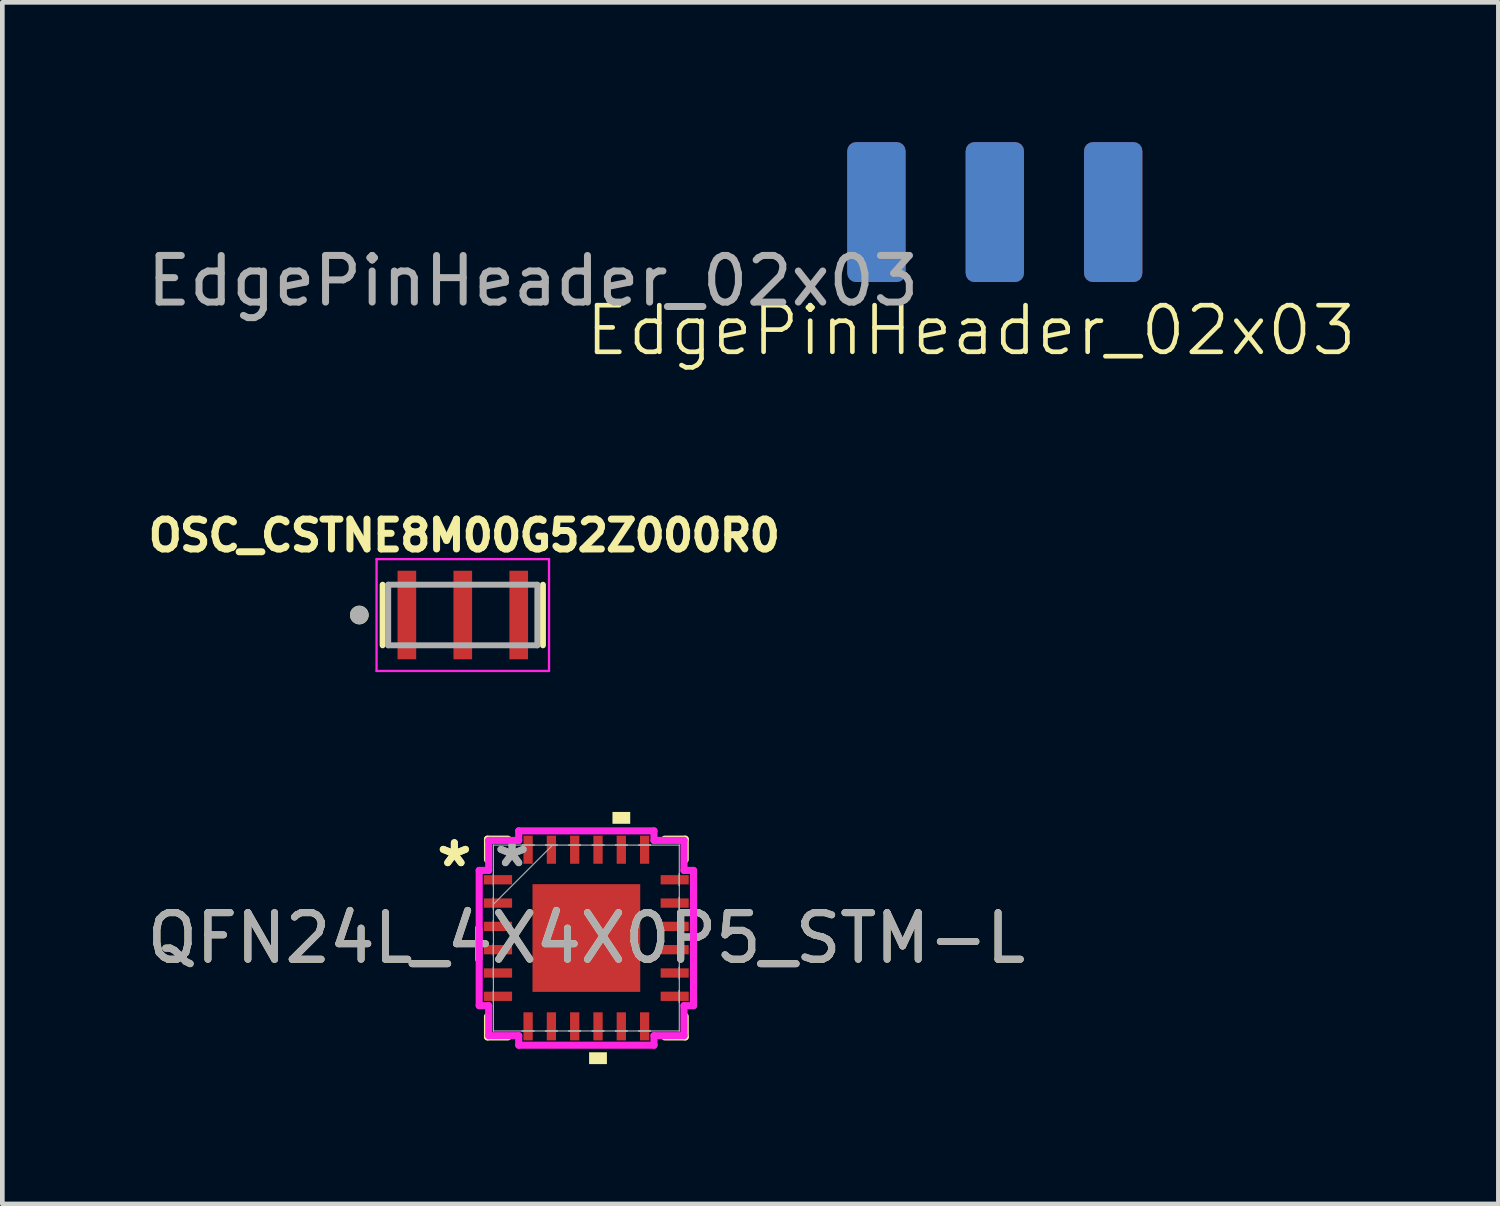
<source format=kicad_pcb>
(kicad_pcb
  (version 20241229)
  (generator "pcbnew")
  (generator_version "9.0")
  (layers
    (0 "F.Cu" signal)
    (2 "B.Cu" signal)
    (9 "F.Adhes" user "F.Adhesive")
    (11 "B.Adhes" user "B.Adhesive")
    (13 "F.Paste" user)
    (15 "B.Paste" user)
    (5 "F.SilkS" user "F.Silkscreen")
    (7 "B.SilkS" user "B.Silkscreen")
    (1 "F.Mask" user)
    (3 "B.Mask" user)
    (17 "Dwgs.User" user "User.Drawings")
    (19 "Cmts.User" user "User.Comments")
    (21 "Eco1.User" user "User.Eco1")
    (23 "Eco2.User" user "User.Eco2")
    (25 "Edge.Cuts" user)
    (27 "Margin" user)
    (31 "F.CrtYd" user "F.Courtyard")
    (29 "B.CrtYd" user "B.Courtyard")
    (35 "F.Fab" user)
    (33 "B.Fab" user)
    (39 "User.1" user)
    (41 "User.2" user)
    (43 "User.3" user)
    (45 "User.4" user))
  (footprint "QFN24L_4X4X0P5_STM-L"
    (layer "F.Cu")
    (at 9.53 17.075)
    (property "Reference" "QFN24L_4X4X0P5_STM-L" (at 0 0 0) (unlocked yes) (layer "F.SilkS") (effects (font (size 1 1) (thickness 0.15))))
    (attr smd)
    (fp_line (start -2.121 -2.121) (end -2.121 -1.682) (stroke (width 0.152) (type solid)) (layer "F.SilkS"))
    (fp_line (start -2.121 1.682) (end -2.121 2.121) (stroke (width 0.152) (type solid)) (layer "F.SilkS"))
    (fp_line (start -2.121 2.121) (end -1.682 2.121) (stroke (width 0.152) (type solid)) (layer "F.SilkS"))
    (fp_line (start -1.682 -2.121) (end -2.121 -2.121) (stroke (width 0.152) (type solid)) (layer "F.SilkS"))
    (fp_line (start 1.682 2.121) (end 2.121 2.121) (stroke (width 0.152) (type solid)) (layer "F.SilkS"))
    (fp_line (start 2.121 -2.121) (end 1.682 -2.121) (stroke (width 0.152) (type solid)) (layer "F.SilkS"))
    (fp_line (start 2.121 -1.682) (end 2.121 -2.121) (stroke (width 0.152) (type solid)) (layer "F.SilkS"))
    (fp_line (start 2.121 2.121) (end 2.121 1.682) (stroke (width 0.152) (type solid)) (layer "F.SilkS"))
    (fp_poly (pts (xy 0.059 2.451) (xy 0.059 2.705) (xy 0.441 2.705) (xy 0.441 2.451)) (stroke (width 0) (type solid)) (fill yes) (layer "F.SilkS"))
    (fp_poly (pts (xy 0.56 -2.451) (xy 0.56 -2.705) (xy 0.941 -2.705) (xy 0.941 -2.451)) (stroke (width 0) (type solid)) (fill yes) (layer "F.SilkS"))
    (fp_line (start -2.299 -1.451) (end -2.095 -1.451) (stroke (width 0.152) (type solid)) (layer "F.CrtYd"))
    (fp_line (start -2.299 1.451) (end -2.299 -1.451) (stroke (width 0.152) (type solid)) (layer "F.CrtYd"))
    (fp_line (start -2.095 -2.095) (end -1.451 -2.095) (stroke (width 0.152) (type solid)) (layer "F.CrtYd"))
    (fp_line (start -2.095 -1.451) (end -2.095 -2.095) (stroke (width 0.152) (type solid)) (layer "F.CrtYd"))
    (fp_line (start -2.095 1.451) (end -2.299 1.451) (stroke (width 0.152) (type solid)) (layer "F.CrtYd"))
    (fp_line (start -2.095 2.095) (end -2.095 1.451) (stroke (width 0.152) (type solid)) (layer "F.CrtYd"))
    (fp_line (start -1.451 -2.299) (end 1.451 -2.299) (stroke (width 0.152) (type solid)) (layer "F.CrtYd"))
    (fp_line (start -1.451 -2.095) (end -1.451 -2.299) (stroke (width 0.152) (type solid)) (layer "F.CrtYd"))
    (fp_line (start -1.451 2.095) (end -2.095 2.095) (stroke (width 0.152) (type solid)) (layer "F.CrtYd"))
    (fp_line (start -1.451 2.299) (end -1.451 2.095) (stroke (width 0.152) (type solid)) (layer "F.CrtYd"))
    (fp_line (start 1.451 -2.299) (end 1.451 -2.095) (stroke (width 0.152) (type solid)) (layer "F.CrtYd"))
    (fp_line (start 1.451 -2.095) (end 2.095 -2.095) (stroke (width 0.152) (type solid)) (layer "F.CrtYd"))
    (fp_line (start 1.451 2.095) (end 1.451 2.299) (stroke (width 0.152) (type solid)) (layer "F.CrtYd"))
    (fp_line (start 1.451 2.299) (end -1.451 2.299) (stroke (width 0.152) (type solid)) (layer "F.CrtYd"))
    (fp_line (start 2.095 -2.095) (end 2.095 -1.451) (stroke (width 0.152) (type solid)) (layer "F.CrtYd"))
    (fp_line (start 2.095 -1.451) (end 2.299 -1.451) (stroke (width 0.152) (type solid)) (layer "F.CrtYd"))
    (fp_line (start 2.095 1.451) (end 2.095 2.095) (stroke (width 0.152) (type solid)) (layer "F.CrtYd"))
    (fp_line (start 2.095 2.095) (end 1.451 2.095) (stroke (width 0.152) (type solid)) (layer "F.CrtYd"))
    (fp_line (start 2.299 -1.451) (end 2.299 1.451) (stroke (width 0.152) (type solid)) (layer "F.CrtYd"))
    (fp_line (start 2.299 1.451) (end 2.095 1.451) (stroke (width 0.152) (type solid)) (layer "F.CrtYd"))
    (fp_line (start -1.994 -1.994) (end -1.994 -1.994) (stroke (width 0.025) (type solid)) (layer "F.Fab"))
    (fp_line (start -1.994 -1.994) (end -1.994 1.994) (stroke (width 0.025) (type solid)) (layer "F.Fab"))
    (fp_line (start -1.994 -1.375) (end -1.994 -1.375) (stroke (width 0.025) (type solid)) (layer "F.Fab"))
    (fp_line (start -1.994 -1.375) (end -1.994 -1.125) (stroke (width 0.025) (type solid)) (layer "F.Fab"))
    (fp_line (start -1.994 -1.125) (end -1.994 -1.375) (stroke (width 0.025) (type solid)) (layer "F.Fab"))
    (fp_line (start -1.994 -1.125) (end -1.994 -1.125) (stroke (width 0.025) (type solid)) (layer "F.Fab"))
    (fp_line (start -1.994 -0.875) (end -1.994 -0.875) (stroke (width 0.025) (type solid)) (layer "F.Fab"))
    (fp_line (start -1.994 -0.875) (end -1.994 -0.625) (stroke (width 0.025) (type solid)) (layer "F.Fab"))
    (fp_line (start -1.994 -0.724) (end -0.724 -1.994) (stroke (width 0.025) (type solid)) (layer "F.Fab"))
    (fp_line (start -1.994 -0.625) (end -1.994 -0.875) (stroke (width 0.025) (type solid)) (layer "F.Fab"))
    (fp_line (start -1.994 -0.625) (end -1.994 -0.625) (stroke (width 0.025) (type solid)) (layer "F.Fab"))
    (fp_line (start -1.994 -0.375) (end -1.994 -0.375) (stroke (width 0.025) (type solid)) (layer "F.Fab"))
    (fp_line (start -1.994 -0.375) (end -1.994 -0.125) (stroke (width 0.025) (type solid)) (layer "F.Fab"))
    (fp_line (start -1.994 -0.125) (end -1.994 -0.375) (stroke (width 0.025) (type solid)) (layer "F.Fab"))
    (fp_line (start -1.994 -0.125) (end -1.994 -0.125) (stroke (width 0.025) (type solid)) (layer "F.Fab"))
    (fp_line (start -1.994 0.125) (end -1.994 0.125) (stroke (width 0.025) (type solid)) (layer "F.Fab"))
    (fp_line (start -1.994 0.125) (end -1.994 0.375) (stroke (width 0.025) (type solid)) (layer "F.Fab"))
    (fp_line (start -1.994 0.375) (end -1.994 0.125) (stroke (width 0.025) (type solid)) (layer "F.Fab"))
    (fp_line (start -1.994 0.375) (end -1.994 0.375) (stroke (width 0.025) (type solid)) (layer "F.Fab"))
    (fp_line (start -1.994 0.625) (end -1.994 0.625) (stroke (width 0.025) (type solid)) (layer "F.Fab"))
    (fp_line (start -1.994 0.625) (end -1.994 0.875) (stroke (width 0.025) (type solid)) (layer "F.Fab"))
    (fp_line (start -1.994 0.875) (end -1.994 0.625) (stroke (width 0.025) (type solid)) (layer "F.Fab"))
    (fp_line (start -1.994 0.875) (end -1.994 0.875) (stroke (width 0.025) (type solid)) (layer "F.Fab"))
    (fp_line (start -1.994 1.125) (end -1.994 1.125) (stroke (width 0.025) (type solid)) (layer "F.Fab"))
    (fp_line (start -1.994 1.125) (end -1.994 1.375) (stroke (width 0.025) (type solid)) (layer "F.Fab"))
    (fp_line (start -1.994 1.375) (end -1.994 1.125) (stroke (width 0.025) (type solid)) (layer "F.Fab"))
    (fp_line (start -1.994 1.375) (end -1.994 1.375) (stroke (width 0.025) (type solid)) (layer "F.Fab"))
    (fp_line (start -1.994 1.994) (end -1.994 1.994) (stroke (width 0.025) (type solid)) (layer "F.Fab"))
    (fp_line (start -1.994 1.994) (end 1.994 1.994) (stroke (width 0.025) (type solid)) (layer "F.Fab"))
    (fp_line (start -1.375 -1.994) (end -1.375 -1.994) (stroke (width 0.025) (type solid)) (layer "F.Fab"))
    (fp_line (start -1.375 -1.994) (end -1.125 -1.994) (stroke (width 0.025) (type solid)) (layer "F.Fab"))
    (fp_line (start -1.375 1.994) (end -1.375 1.994) (stroke (width 0.025) (type solid)) (layer "F.Fab"))
    (fp_line (start -1.375 1.994) (end -1.125 1.994) (stroke (width 0.025) (type solid)) (layer "F.Fab"))
    (fp_line (start -1.125 -1.994) (end -1.375 -1.994) (stroke (width 0.025) (type solid)) (layer "F.Fab"))
    (fp_line (start -1.125 -1.994) (end -1.125 -1.994) (stroke (width 0.025) (type solid)) (layer "F.Fab"))
    (fp_line (start -1.125 1.994) (end -1.375 1.994) (stroke (width 0.025) (type solid)) (layer "F.Fab"))
    (fp_line (start -1.125 1.994) (end -1.125 1.994) (stroke (width 0.025) (type solid)) (layer "F.Fab"))
    (fp_line (start -0.875 -1.994) (end -0.875 -1.994) (stroke (width 0.025) (type solid)) (layer "F.Fab"))
    (fp_line (start -0.875 -1.994) (end -0.625 -1.994) (stroke (width 0.025) (type solid)) (layer "F.Fab"))
    (fp_line (start -0.875 1.994) (end -0.875 1.994) (stroke (width 0.025) (type solid)) (layer "F.Fab"))
    (fp_line (start -0.875 1.994) (end -0.625 1.994) (stroke (width 0.025) (type solid)) (layer "F.Fab"))
    (fp_line (start -0.625 -1.994) (end -0.875 -1.994) (stroke (width 0.025) (type solid)) (layer "F.Fab"))
    (fp_line (start -0.625 -1.994) (end -0.625 -1.994) (stroke (width 0.025) (type solid)) (layer "F.Fab"))
    (fp_line (start -0.625 1.994) (end -0.875 1.994) (stroke (width 0.025) (type solid)) (layer "F.Fab"))
    (fp_line (start -0.625 1.994) (end -0.625 1.994) (stroke (width 0.025) (type solid)) (layer "F.Fab"))
    (fp_line (start -0.375 -1.994) (end -0.375 -1.994) (stroke (width 0.025) (type solid)) (layer "F.Fab"))
    (fp_line (start -0.375 -1.994) (end -0.125 -1.994) (stroke (width 0.025) (type solid)) (layer "F.Fab"))
    (fp_line (start -0.375 1.994) (end -0.375 1.994) (stroke (width 0.025) (type solid)) (layer "F.Fab"))
    (fp_line (start -0.375 1.994) (end -0.125 1.994) (stroke (width 0.025) (type solid)) (layer "F.Fab"))
    (fp_line (start -0.125 -1.994) (end -0.375 -1.994) (stroke (width 0.025) (type solid)) (layer "F.Fab"))
    (fp_line (start -0.125 -1.994) (end -0.125 -1.994) (stroke (width 0.025) (type solid)) (layer "F.Fab"))
    (fp_line (start -0.125 1.994) (end -0.375 1.994) (stroke (width 0.025) (type solid)) (layer "F.Fab"))
    (fp_line (start -0.125 1.994) (end -0.125 1.994) (stroke (width 0.025) (type solid)) (layer "F.Fab"))
    (fp_line (start 0.125 -1.994) (end 0.125 -1.994) (stroke (width 0.025) (type solid)) (layer "F.Fab"))
    (fp_line (start 0.125 -1.994) (end 0.375 -1.994) (stroke (width 0.025) (type solid)) (layer "F.Fab"))
    (fp_line (start 0.125 1.994) (end 0.125 1.994) (stroke (width 0.025) (type solid)) (layer "F.Fab"))
    (fp_line (start 0.125 1.994) (end 0.375 1.994) (stroke (width 0.025) (type solid)) (layer "F.Fab"))
    (fp_line (start 0.375 -1.994) (end 0.125 -1.994) (stroke (width 0.025) (type solid)) (layer "F.Fab"))
    (fp_line (start 0.375 -1.994) (end 0.375 -1.994) (stroke (width 0.025) (type solid)) (layer "F.Fab"))
    (fp_line (start 0.375 1.994) (end 0.125 1.994) (stroke (width 0.025) (type solid)) (layer "F.Fab"))
    (fp_line (start 0.375 1.994) (end 0.375 1.994) (stroke (width 0.025) (type solid)) (layer "F.Fab"))
    (fp_line (start 0.625 -1.994) (end 0.625 -1.994) (stroke (width 0.025) (type solid)) (layer "F.Fab"))
    (fp_line (start 0.625 -1.994) (end 0.875 -1.994) (stroke (width 0.025) (type solid)) (layer "F.Fab"))
    (fp_line (start 0.625 1.994) (end 0.625 1.994) (stroke (width 0.025) (type solid)) (layer "F.Fab"))
    (fp_line (start 0.625 1.994) (end 0.875 1.994) (stroke (width 0.025) (type solid)) (layer "F.Fab"))
    (fp_line (start 0.875 -1.994) (end 0.625 -1.994) (stroke (width 0.025) (type solid)) (layer "F.Fab"))
    (fp_line (start 0.875 -1.994) (end 0.875 -1.994) (stroke (width 0.025) (type solid)) (layer "F.Fab"))
    (fp_line (start 0.875 1.994) (end 0.625 1.994) (stroke (width 0.025) (type solid)) (layer "F.Fab"))
    (fp_line (start 0.875 1.994) (end 0.875 1.994) (stroke (width 0.025) (type solid)) (layer "F.Fab"))
    (fp_line (start 1.125 -1.994) (end 1.125 -1.994) (stroke (width 0.025) (type solid)) (layer "F.Fab"))
    (fp_line (start 1.125 -1.994) (end 1.375 -1.994) (stroke (width 0.025) (type solid)) (layer "F.Fab"))
    (fp_line (start 1.125 1.994) (end 1.125 1.994) (stroke (width 0.025) (type solid)) (layer "F.Fab"))
    (fp_line (start 1.125 1.994) (end 1.375 1.994) (stroke (width 0.025) (type solid)) (layer "F.Fab"))
    (fp_line (start 1.375 -1.994) (end 1.125 -1.994) (stroke (width 0.025) (type solid)) (layer "F.Fab"))
    (fp_line (start 1.375 -1.994) (end 1.375 -1.994) (stroke (width 0.025) (type solid)) (layer "F.Fab"))
    (fp_line (start 1.375 1.994) (end 1.125 1.994) (stroke (width 0.025) (type solid)) (layer "F.Fab"))
    (fp_line (start 1.375 1.994) (end 1.375 1.994) (stroke (width 0.025) (type solid)) (layer "F.Fab"))
    (fp_line (start 1.994 -1.994) (end -1.994 -1.994) (stroke (width 0.025) (type solid)) (layer "F.Fab"))
    (fp_line (start 1.994 -1.994) (end 1.994 -1.994) (stroke (width 0.025) (type solid)) (layer "F.Fab"))
    (fp_line (start 1.994 -1.375) (end 1.994 -1.375) (stroke (width 0.025) (type solid)) (layer "F.Fab"))
    (fp_line (start 1.994 -1.375) (end 1.994 -1.125) (stroke (width 0.025) (type solid)) (layer "F.Fab"))
    (fp_line (start 1.994 -1.125) (end 1.994 -1.375) (stroke (width 0.025) (type solid)) (layer "F.Fab"))
    (fp_line (start 1.994 -1.125) (end 1.994 -1.125) (stroke (width 0.025) (type solid)) (layer "F.Fab"))
    (fp_line (start 1.994 -0.875) (end 1.994 -0.875) (stroke (width 0.025) (type solid)) (layer "F.Fab"))
    (fp_line (start 1.994 -0.875) (end 1.994 -0.625) (stroke (width 0.025) (type solid)) (layer "F.Fab"))
    (fp_line (start 1.994 -0.625) (end 1.994 -0.875) (stroke (width 0.025) (type solid)) (layer "F.Fab"))
    (fp_line (start 1.994 -0.625) (end 1.994 -0.625) (stroke (width 0.025) (type solid)) (layer "F.Fab"))
    (fp_line (start 1.994 -0.375) (end 1.994 -0.375) (stroke (width 0.025) (type solid)) (layer "F.Fab"))
    (fp_line (start 1.994 -0.375) (end 1.994 -0.125) (stroke (width 0.025) (type solid)) (layer "F.Fab"))
    (fp_line (start 1.994 -0.125) (end 1.994 -0.375) (stroke (width 0.025) (type solid)) (layer "F.Fab"))
    (fp_line (start 1.994 -0.125) (end 1.994 -0.125) (stroke (width 0.025) (type solid)) (layer "F.Fab"))
    (fp_line (start 1.994 0.125) (end 1.994 0.125) (stroke (width 0.025) (type solid)) (layer "F.Fab"))
    (fp_line (start 1.994 0.125) (end 1.994 0.375) (stroke (width 0.025) (type solid)) (layer "F.Fab"))
    (fp_line (start 1.994 0.375) (end 1.994 0.125) (stroke (width 0.025) (type solid)) (layer "F.Fab"))
    (fp_line (start 1.994 0.375) (end 1.994 0.375) (stroke (width 0.025) (type solid)) (layer "F.Fab"))
    (fp_line (start 1.994 0.625) (end 1.994 0.625) (stroke (width 0.025) (type solid)) (layer "F.Fab"))
    (fp_line (start 1.994 0.625) (end 1.994 0.875) (stroke (width 0.025) (type solid)) (layer "F.Fab"))
    (fp_line (start 1.994 0.875) (end 1.994 0.625) (stroke (width 0.025) (type solid)) (layer "F.Fab"))
    (fp_line (start 1.994 0.875) (end 1.994 0.875) (stroke (width 0.025) (type solid)) (layer "F.Fab"))
    (fp_line (start 1.994 1.125) (end 1.994 1.125) (stroke (width 0.025) (type solid)) (layer "F.Fab"))
    (fp_line (start 1.994 1.125) (end 1.994 1.375) (stroke (width 0.025) (type solid)) (layer "F.Fab"))
    (fp_line (start 1.994 1.375) (end 1.994 1.125) (stroke (width 0.025) (type solid)) (layer "F.Fab"))
    (fp_line (start 1.994 1.375) (end 1.994 1.375) (stroke (width 0.025) (type solid)) (layer "F.Fab"))
    (fp_line (start 1.994 1.994) (end 1.994 -1.994) (stroke (width 0.025) (type solid)) (layer "F.Fab"))
    (fp_line (start 1.994 1.994) (end 1.994 1.994) (stroke (width 0.025) (type solid)) (layer "F.Fab"))
    (fp_text user "*" (at -2.832 -1.5 0) (unlocked yes) (layer "F.SilkS") (effects (font (size 1 1) (thickness 0.15))))
    (fp_text user "*" (at -2.832 -1.5 0) (layer "F.SilkS") (effects (font (size 1 1) (thickness 0.15))))
    (fp_text user "*" (at -1.594 -1.5 0) (unlocked yes) (layer "F.Fab") (effects (font (size 1 1) (thickness 0.15))))
    (fp_text user "*" (at -1.594 -1.5 0) (layer "F.Fab") (effects (font (size 1 1) (thickness 0.15))))
    (fp_text user "${REFERENCE}" (at 0 0 0) (unlocked yes) (layer "F.Fab") (effects (font (size 1 1) (thickness 0.15))))
    (pad "1" smd rect (at -1.895 -1.25 90) (size 0.199 0.603) (layers "F.Cu" "F.Mask" "F.Paste"))
    (pad "2" smd rect (at -1.895 -0.75 90) (size 0.199 0.603) (layers "F.Cu" "F.Mask" "F.Paste"))
    (pad "3" smd rect (at -1.895 -0.25 90) (size 0.199 0.603) (layers "F.Cu" "F.Mask" "F.Paste"))
    (pad "4" smd rect (at -1.895 0.25 90) (size 0.199 0.603) (layers "F.Cu" "F.Mask" "F.Paste"))
    (pad "5" smd rect (at -1.895 0.75 90) (size 0.199 0.603) (layers "F.Cu" "F.Mask" "F.Paste"))
    (pad "6" smd rect (at -1.895 1.25 90) (size 0.199 0.603) (layers "F.Cu" "F.Mask" "F.Paste"))
    (pad "7" smd rect (at -1.25 1.895) (size 0.199 0.603) (layers "F.Cu" "F.Mask" "F.Paste"))
    (pad "8" smd rect (at -0.75 1.895) (size 0.199 0.603) (layers "F.Cu" "F.Mask" "F.Paste"))
    (pad "9" smd rect (at -0.25 1.895) (size 0.199 0.603) (layers "F.Cu" "F.Mask" "F.Paste"))
    (pad "10" smd rect (at 0.25 1.895) (size 0.199 0.603) (layers "F.Cu" "F.Mask" "F.Paste"))
    (pad "11" smd rect (at 0.75 1.895) (size 0.199 0.603) (layers "F.Cu" "F.Mask" "F.Paste"))
    (pad "12" smd rect (at 1.25 1.895) (size 0.199 0.603) (layers "F.Cu" "F.Mask" "F.Paste"))
    (pad "13" smd rect (at 1.895 1.25 90) (size 0.199 0.603) (layers "F.Cu" "F.Mask" "F.Paste"))
    (pad "14" smd rect (at 1.895 0.75 90) (size 0.199 0.603) (layers "F.Cu" "F.Mask" "F.Paste"))
    (pad "15" smd rect (at 1.895 0.25 90) (size 0.199 0.603) (layers "F.Cu" "F.Mask" "F.Paste"))
    (pad "16" smd rect (at 1.895 -0.25 90) (size 0.199 0.603) (layers "F.Cu" "F.Mask" "F.Paste"))
    (pad "17" smd rect (at 1.895 -0.75 90) (size 0.199 0.603) (layers "F.Cu" "F.Mask" "F.Paste"))
    (pad "18" smd rect (at 1.895 -1.25 90) (size 0.199 0.603) (layers "F.Cu" "F.Mask" "F.Paste"))
    (pad "19" smd rect (at 1.25 -1.895) (size 0.199 0.603) (layers "F.Cu" "F.Mask" "F.Paste"))
    (pad "20" smd rect (at 0.75 -1.895) (size 0.199 0.603) (layers "F.Cu" "F.Mask" "F.Paste"))
    (pad "21" smd rect (at 0.25 -1.895) (size 0.199 0.603) (layers "F.Cu" "F.Mask" "F.Paste"))
    (pad "22" smd rect (at -0.25 -1.895) (size 0.199 0.603) (layers "F.Cu" "F.Mask" "F.Paste"))
    (pad "23" smd rect (at -0.75 -1.895) (size 0.199 0.603) (layers "F.Cu" "F.Mask" "F.Paste"))
    (pad "24" smd rect (at -1.25 -1.895) (size 0.199 0.603) (layers "F.Cu" "F.Mask" "F.Paste"))
    (pad "25" smd rect (at 0 0) (size 2.311 2.311) (layers "F.Cu" "F.Mask" "F.Paste")))
  (footprint "EdgePinHeader_02x03"
    (layer "F.Cu")
    (at 15.753 1.5)
    (property "Reference" "EdgePinHeader_02x03" (at 2.032 2.54 0) (unlocked yes) (layer "F.SilkS") (effects (font (size 1 1) (thickness 0.1))))
    (attr smd)
    (fp_text user "${REFERENCE}" (at -7.366 1.476 0) (unlocked yes) (layer "F.Fab") (effects (font (size 1 1) (thickness 0.15))))
    (pad "1" smd roundrect (at 0 0) (size 1.25 3) (layers "F.Cu" "F.Mask" "F.Paste") (roundrect_rratio 0.15))
    (pad "2" smd roundrect (at 2.54 0) (size 1.25 3) (layers "F.Cu" "F.Mask" "F.Paste") (roundrect_rratio 0.15))
    (pad "3" smd roundrect (at 5.08 0) (size 1.25 3) (layers "F.Cu" "F.Mask" "F.Paste") (roundrect_rratio 0.15))
    (pad "4" smd roundrect (at 5.08 0) (size 1.25 3) (layers "B.Cu" "B.Mask" "B.Paste") (roundrect_rratio 0.15))
    (pad "5" smd roundrect (at 2.54 0) (size 1.25 3) (layers "B.Cu" "B.Mask" "B.Paste") (roundrect_rratio 0.15))
    (pad "6" smd roundrect (at 0 0) (size 1.25 3) (layers "B.Cu" "B.Mask" "B.Paste") (roundrect_rratio 0.15)))
  (footprint "OSC_CSTNE8M00G52Z000R0"
    (layer "F.Cu")
    (at 6.879 10.145)
    (property "Reference" "OSC_CSTNE8M00G52Z000R0" (at 0.032 -1.706 0) (layer "F.SilkS") (effects (font (size 0.64 0.64) (thickness 0.15))))
    (attr smd)
    (fp_line (start -1.72 -0.65) (end -1.72 0.65) (stroke (width 0.127) (type solid)) (layer "F.SilkS"))
    (fp_line (start 1.72 -0.65) (end 1.72 0.65) (stroke (width 0.127) (type solid)) (layer "F.SilkS"))
    (fp_circle (center -2.22 0) (end -2.12 0) (stroke (width 0.2) (type solid)) (fill no) (layer "F.SilkS"))
    (fp_line (start -1.85 -1.2) (end 1.85 -1.2) (stroke (width 0.05) (type solid)) (layer "F.CrtYd"))
    (fp_line (start -1.85 1.2) (end -1.85 -1.2) (stroke (width 0.05) (type solid)) (layer "F.CrtYd"))
    (fp_line (start 1.85 -1.2) (end 1.85 1.2) (stroke (width 0.05) (type solid)) (layer "F.CrtYd"))
    (fp_line (start 1.85 1.2) (end -1.85 1.2) (stroke (width 0.05) (type solid)) (layer "F.CrtYd"))
    (fp_line (start -1.6 -0.65) (end -1.6 0.65) (stroke (width 0.127) (type solid)) (layer "F.Fab"))
    (fp_line (start -1.6 -0.65) (end 1.6 -0.65) (stroke (width 0.127) (type solid)) (layer "F.Fab"))
    (fp_line (start 1.6 -0.65) (end 1.6 0.65) (stroke (width 0.127) (type solid)) (layer "F.Fab"))
    (fp_line (start 1.6 0.65) (end -1.6 0.65) (stroke (width 0.127) (type solid)) (layer "F.Fab"))
    (fp_circle (center -2.22 0) (end -2.12 0) (stroke (width 0.2) (type solid)) (fill no) (layer "F.Fab"))
    (pad "1" smd rect (at -1.2 0) (size 0.4 1.9) (layers "F.Cu" "F.Mask" "F.Paste"))
    (pad "2" smd rect (at 0 0) (size 0.4 1.9) (layers "F.Cu" "F.Mask" "F.Paste"))
    (pad "3" smd rect (at 1.2 0) (size 0.4 1.9) (layers "F.Cu" "F.Mask" "F.Paste")))
  (gr_rect
    (start -3 -3)
    (end 29.097 22.78)
    (stroke (width 0.1) (type default))
    (fill no)
    (layer "Edge.Cuts")))
</source>
